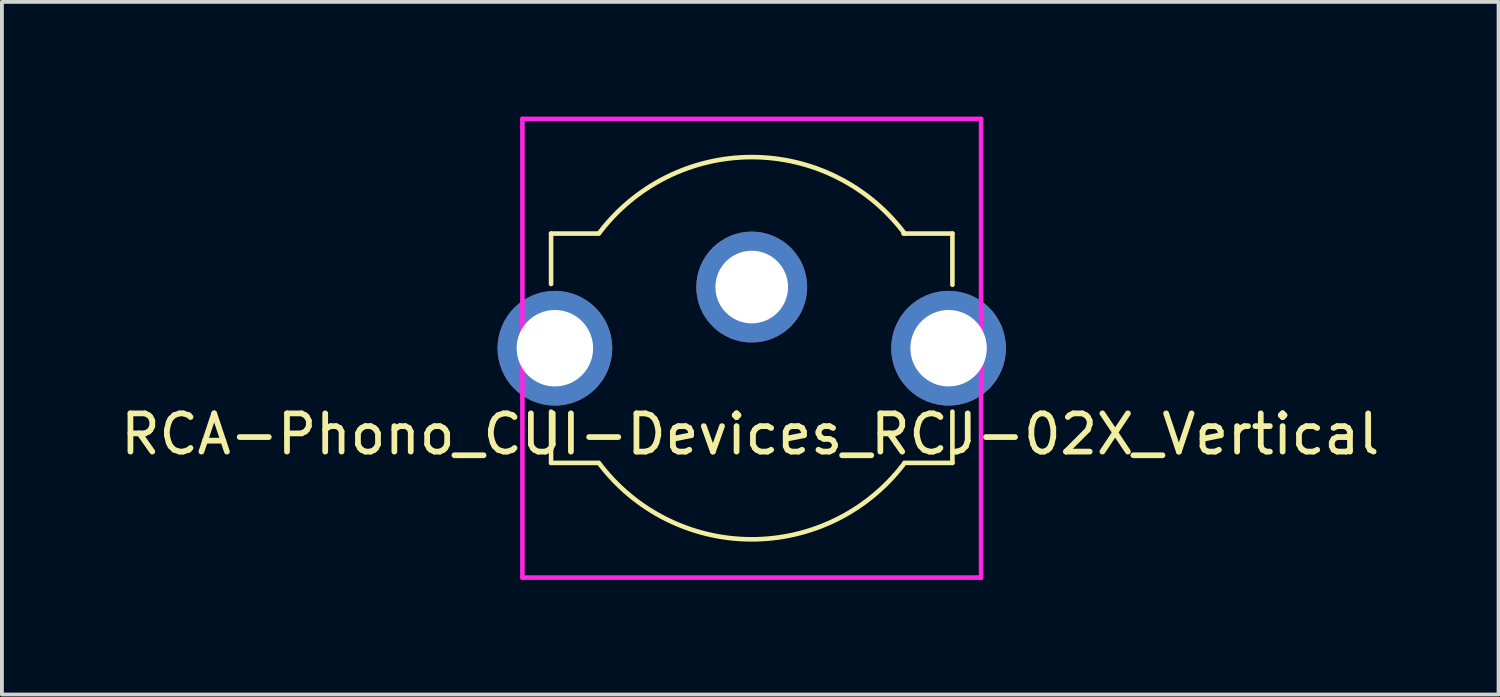
<source format=kicad_pcb>
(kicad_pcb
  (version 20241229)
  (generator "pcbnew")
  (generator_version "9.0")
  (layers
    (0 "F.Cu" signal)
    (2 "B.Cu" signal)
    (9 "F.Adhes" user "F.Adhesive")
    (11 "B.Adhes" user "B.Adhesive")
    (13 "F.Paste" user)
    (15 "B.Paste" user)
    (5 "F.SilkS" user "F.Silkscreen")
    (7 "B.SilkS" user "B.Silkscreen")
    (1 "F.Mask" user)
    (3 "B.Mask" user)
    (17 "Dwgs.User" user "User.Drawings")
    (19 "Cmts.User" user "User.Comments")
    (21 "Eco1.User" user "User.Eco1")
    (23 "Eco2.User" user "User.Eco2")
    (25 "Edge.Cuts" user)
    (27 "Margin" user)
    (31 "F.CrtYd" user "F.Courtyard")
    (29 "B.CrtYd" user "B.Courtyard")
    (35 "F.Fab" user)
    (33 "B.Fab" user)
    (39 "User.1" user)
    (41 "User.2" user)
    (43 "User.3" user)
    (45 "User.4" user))
  (footprint "RCA-Phono_CUI-Devices_RCJ-02X_Vertical"
    (layer "F.Cu")
    (at 16.617 6.06)
    (property "Reference" "RCA-Phono_CUI-Devices_RCJ-02X_Vertical" (at -0.04 2.25 0) (layer "F.SilkS") (effects (font (size 1 1) (thickness 0.15))))
    (attr through_hole)
    (fp_line (start -5.25 -3) (end -5.25 -1.68) (stroke (width 0.12) (type solid)) (layer "F.SilkS"))
    (fp_line (start -5.25 -3) (end -4.03 -3) (stroke (width 0.12) (type solid)) (layer "F.SilkS"))
    (fp_line (start -5.25 3) (end -5.25 1.66) (stroke (width 0.12) (type solid)) (layer "F.SilkS"))
    (fp_line (start -5.25 3) (end -4.02 3) (stroke (width 0.12) (type solid)) (layer "F.SilkS"))
    (fp_line (start 5.25 -3) (end 3.97 -3) (stroke (width 0.12) (type solid)) (layer "F.SilkS"))
    (fp_line (start 5.25 -3) (end 5.25 -1.66) (stroke (width 0.12) (type solid)) (layer "F.SilkS"))
    (fp_line (start 5.25 3) (end 3.99 3) (stroke (width 0.12) (type solid)) (layer "F.SilkS"))
    (fp_line (start 5.25 3) (end 5.25 1.66) (stroke (width 0.12) (type solid)) (layer "F.SilkS"))
    (fp_arc (start -4 -2.999999) (mid -0.000001 -4.999999) (end 3.999999 -3) (stroke (width 0.12) (type solid)) (layer "F.SilkS"))
    (fp_arc (start 3.96312 3.048554) (mid -0.030486 4.999907) (end -4 3) (stroke (width 0.12) (type solid)) (layer "F.SilkS"))
    (fp_line (start -6 -6) (end 6 -6) (stroke (width 0.12) (type solid)) (layer "F.CrtYd"))
    (fp_line (start -6 6) (end -6 -6) (stroke (width 0.12) (type solid)) (layer "F.CrtYd"))
    (fp_line (start 6 -6) (end 6 6) (stroke (width 0.12) (type solid)) (layer "F.CrtYd"))
    (fp_line (start 6 6) (end -6 6) (stroke (width 0.12) (type solid)) (layer "F.CrtYd"))
    (pad "1" thru_hole circle (at -5.15 0) (size 3 3) (drill 2) (layers "*.Cu" "*.Mask"))
    (pad "1" thru_hole circle (at 5.15 0) (size 3 3) (drill 2) (layers "*.Cu" "*.Mask"))
    (pad "2" thru_hole circle (at 0 -1.6) (size 2.9 2.9) (drill 1.9) (layers "*.Cu" "*.Mask")))
  (gr_rect
    (start -3 -3)
    (end 36.155 15.12)
    (stroke (width 0.1) (type default))
    (fill no)
    (layer "Edge.Cuts")))
</source>
